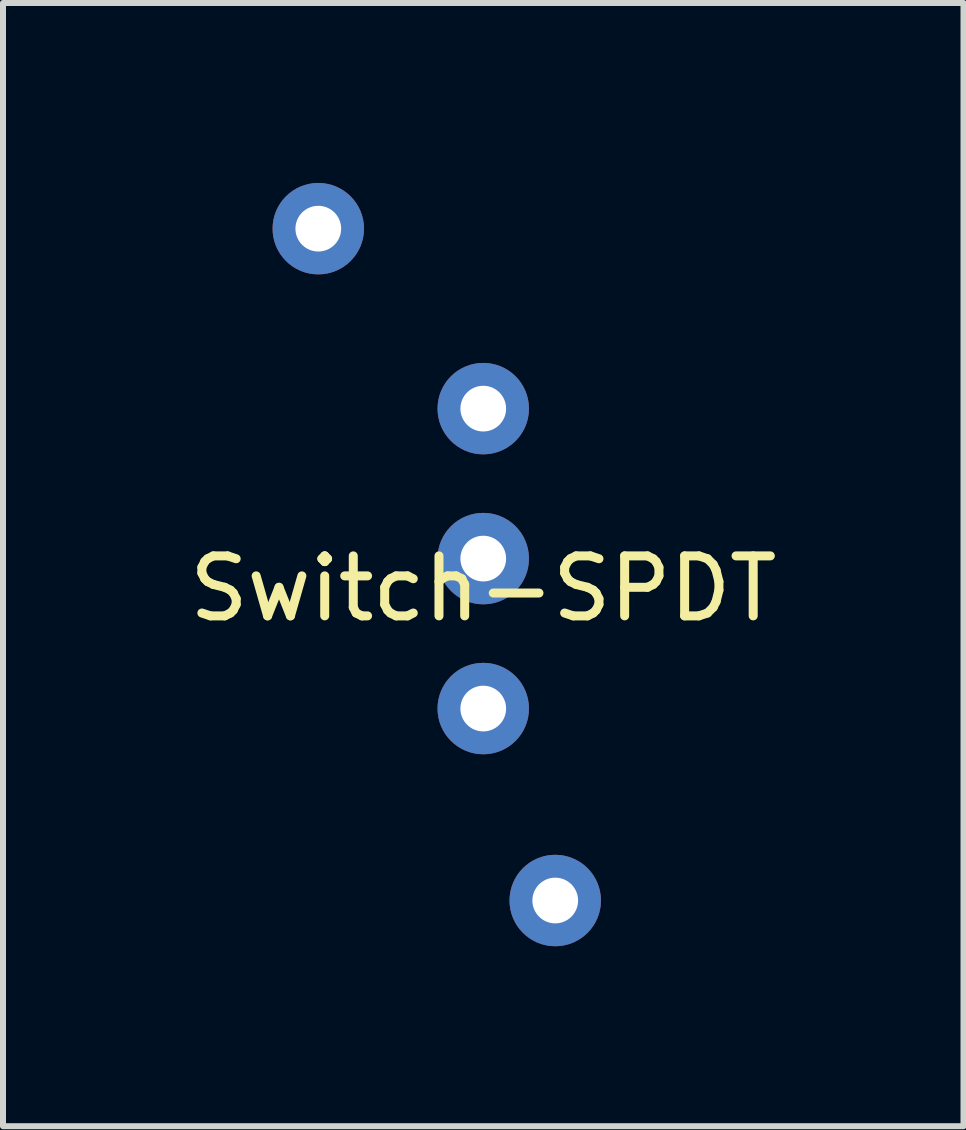
<source format=kicad_pcb>
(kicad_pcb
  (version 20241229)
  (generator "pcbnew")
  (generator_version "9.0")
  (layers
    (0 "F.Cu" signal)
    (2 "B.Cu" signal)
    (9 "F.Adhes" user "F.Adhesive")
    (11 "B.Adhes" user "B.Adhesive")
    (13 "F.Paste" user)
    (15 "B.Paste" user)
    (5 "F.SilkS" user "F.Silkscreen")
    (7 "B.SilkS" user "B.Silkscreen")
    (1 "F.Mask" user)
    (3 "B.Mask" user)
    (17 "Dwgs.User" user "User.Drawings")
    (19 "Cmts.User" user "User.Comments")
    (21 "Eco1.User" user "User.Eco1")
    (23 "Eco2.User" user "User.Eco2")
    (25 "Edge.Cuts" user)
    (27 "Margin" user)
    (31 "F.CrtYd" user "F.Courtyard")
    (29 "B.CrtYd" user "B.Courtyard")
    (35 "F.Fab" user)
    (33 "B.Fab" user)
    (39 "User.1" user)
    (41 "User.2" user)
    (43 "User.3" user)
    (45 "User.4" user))
  (footprint "Switch-SPDT"
    (layer "F.Cu")
    (at 5.006 6.262)
    (property "Reference" "Switch-SPDT" (at 0 0.5 0) (layer "F.SilkS") (effects (font (size 1 1) (thickness 0.15))))
    (attr through_hole)
    (pad "" np_thru_hole circle (at -2.75 -5.5) (size 1.524 1.524) (drill 0.762) (layers "*.Cu" "*.Mask"))
    (pad "" np_thru_hole circle (at 1.2 5.7) (size 1.524 1.524) (drill 0.762) (layers "*.Cu" "*.Mask"))
    (pad "1" thru_hole circle (at 0 0) (size 1.524 1.524) (drill 0.762) (layers "*.Cu" "*.Mask"))
    (pad "2" thru_hole circle (at 0 2.5) (size 1.524 1.524) (drill 0.762) (layers "*.Cu" "*.Mask"))
    (pad "3" thru_hole circle (at 0 -2.5) (size 1.524 1.524) (drill 0.762) (layers "*.Cu" "*.Mask")))
  (gr_rect
    (start -3 -3)
    (end 13.012 15.724)
    (stroke (width 0.1) (type default))
    (fill no)
    (layer "Edge.Cuts")))
</source>
